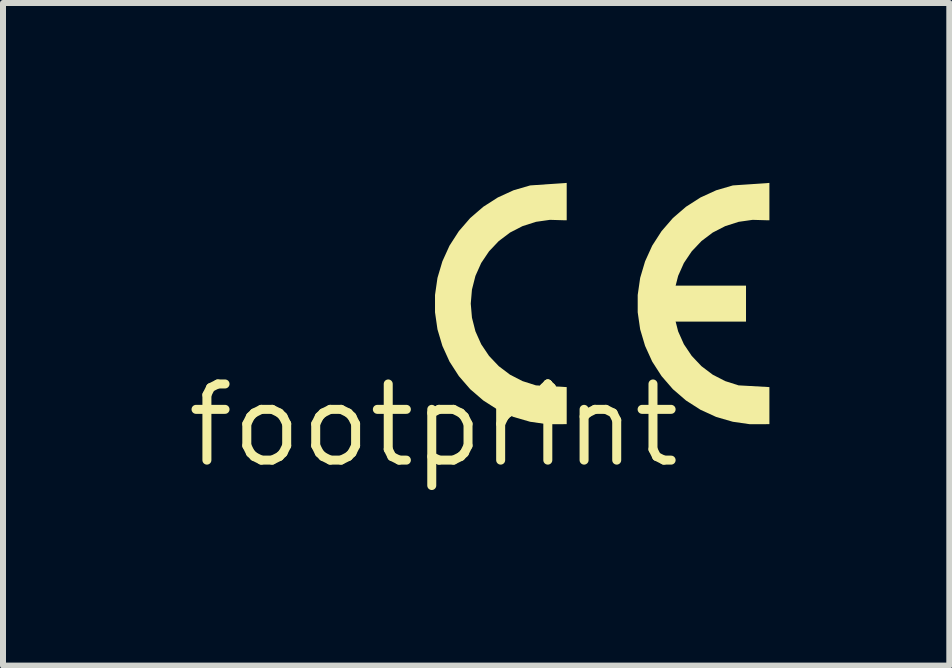
<source format=kicad_pcb>
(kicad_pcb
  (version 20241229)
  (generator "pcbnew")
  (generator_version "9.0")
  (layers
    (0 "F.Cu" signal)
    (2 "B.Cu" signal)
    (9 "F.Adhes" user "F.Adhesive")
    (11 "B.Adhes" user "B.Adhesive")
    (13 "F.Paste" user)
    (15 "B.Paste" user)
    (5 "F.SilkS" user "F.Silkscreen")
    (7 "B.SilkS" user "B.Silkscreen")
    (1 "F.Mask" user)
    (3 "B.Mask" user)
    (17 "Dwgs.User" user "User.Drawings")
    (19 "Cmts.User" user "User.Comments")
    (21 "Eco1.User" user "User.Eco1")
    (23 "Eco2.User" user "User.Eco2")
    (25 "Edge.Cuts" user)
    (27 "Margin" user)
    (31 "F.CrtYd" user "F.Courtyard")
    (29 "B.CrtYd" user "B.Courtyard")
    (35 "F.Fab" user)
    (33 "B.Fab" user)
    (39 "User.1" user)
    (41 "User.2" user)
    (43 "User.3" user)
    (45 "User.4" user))
  (footprint "footprint"
    (layer "F.Cu")
    (at 4.18 4.043)
    (property "Reference" "footprint" (at 0 0 0) (layer "F.SilkS") (effects (font (size 1.27 1.27) (thickness 0.15))))
    (fp_poly (pts (xy 3.96 -1.73) (xy 5.21 -1.73) (xy 5.21 -2.33) (xy 3.96 -2.33)) (stroke (width 0) (type solid)) (fill yes) (layer "F.SilkS"))
    (fp_poly (pts (xy 2.22 -3.42) (xy 2.179 -3.42) (xy 1.94 -3.427) (xy 1.708 -3.394) (xy 1.483 -3.322) (xy 1.275 -3.215) (xy 1.087 -3.073) (xy 0.925 -2.902) (xy 0.794 -2.707) (xy 0.698 -2.492) (xy 0.64 -2.264) (xy 0.62 -2.03) (xy 0.64 -1.796) (xy 0.698 -1.568) (xy 0.794 -1.353) (xy 0.925 -1.158) (xy 1.087 -0.987) (xy 1.275 -0.845) (xy 1.483 -0.738) (xy 1.706 -0.667) (xy 2.22 -0.638) (xy 2.22 -0.02) (xy 1.895 -0.019) (xy 1.61 -0.06) (xy 1.333 -0.14) (xy 1.071 -0.26) (xy 0.829 -0.415) (xy 0.611 -0.603) (xy 0.422 -0.821) (xy 0.266 -1.063) (xy 0.147 -1.325) (xy 0.065 -1.601) (xy 0.024 -1.886) (xy 0.024 -2.174) (xy 0.065 -2.459) (xy 0.147 -2.735) (xy 0.266 -2.997) (xy 0.422 -3.239) (xy 0.611 -3.457) (xy 0.829 -3.645) (xy 1.071 -3.8) (xy 1.333 -3.92) (xy 1.611 -4.001) (xy 2.22 -4.043)) (stroke (width 0) (type solid)) (fill yes) (layer "F.SilkS"))
    (fp_poly (pts (xy 5.6 -3.42) (xy 5.559 -3.42) (xy 5.32 -3.427) (xy 5.088 -3.394) (xy 4.863 -3.322) (xy 4.655 -3.215) (xy 4.467 -3.073) (xy 4.305 -2.902) (xy 4.174 -2.707) (xy 4.078 -2.492) (xy 4.02 -2.264) (xy 4 -2.03) (xy 4.02 -1.796) (xy 4.078 -1.568) (xy 4.174 -1.353) (xy 4.305 -1.158) (xy 4.467 -0.987) (xy 4.655 -0.845) (xy 4.863 -0.738) (xy 5.086 -0.667) (xy 5.6 -0.638) (xy 5.6 -0.02) (xy 5.275 -0.019) (xy 4.99 -0.06) (xy 4.713 -0.14) (xy 4.451 -0.26) (xy 4.209 -0.415) (xy 3.991 -0.603) (xy 3.802 -0.821) (xy 3.646 -1.063) (xy 3.527 -1.325) (xy 3.445 -1.601) (xy 3.404 -1.886) (xy 3.404 -2.174) (xy 3.445 -2.459) (xy 3.527 -2.735) (xy 3.646 -2.997) (xy 3.802 -3.239) (xy 3.991 -3.457) (xy 4.209 -3.645) (xy 4.451 -3.8) (xy 4.713 -3.92) (xy 4.991 -4.001) (xy 5.6 -4.043)) (stroke (width 0) (type solid)) (fill yes) (layer "F.SilkS")))
  (gr_rect
    (start -3 -3)
    (end 12.78 8.049)
    (stroke (width 0.1) (type default))
    (fill no)
    (layer "Edge.Cuts")))
</source>
